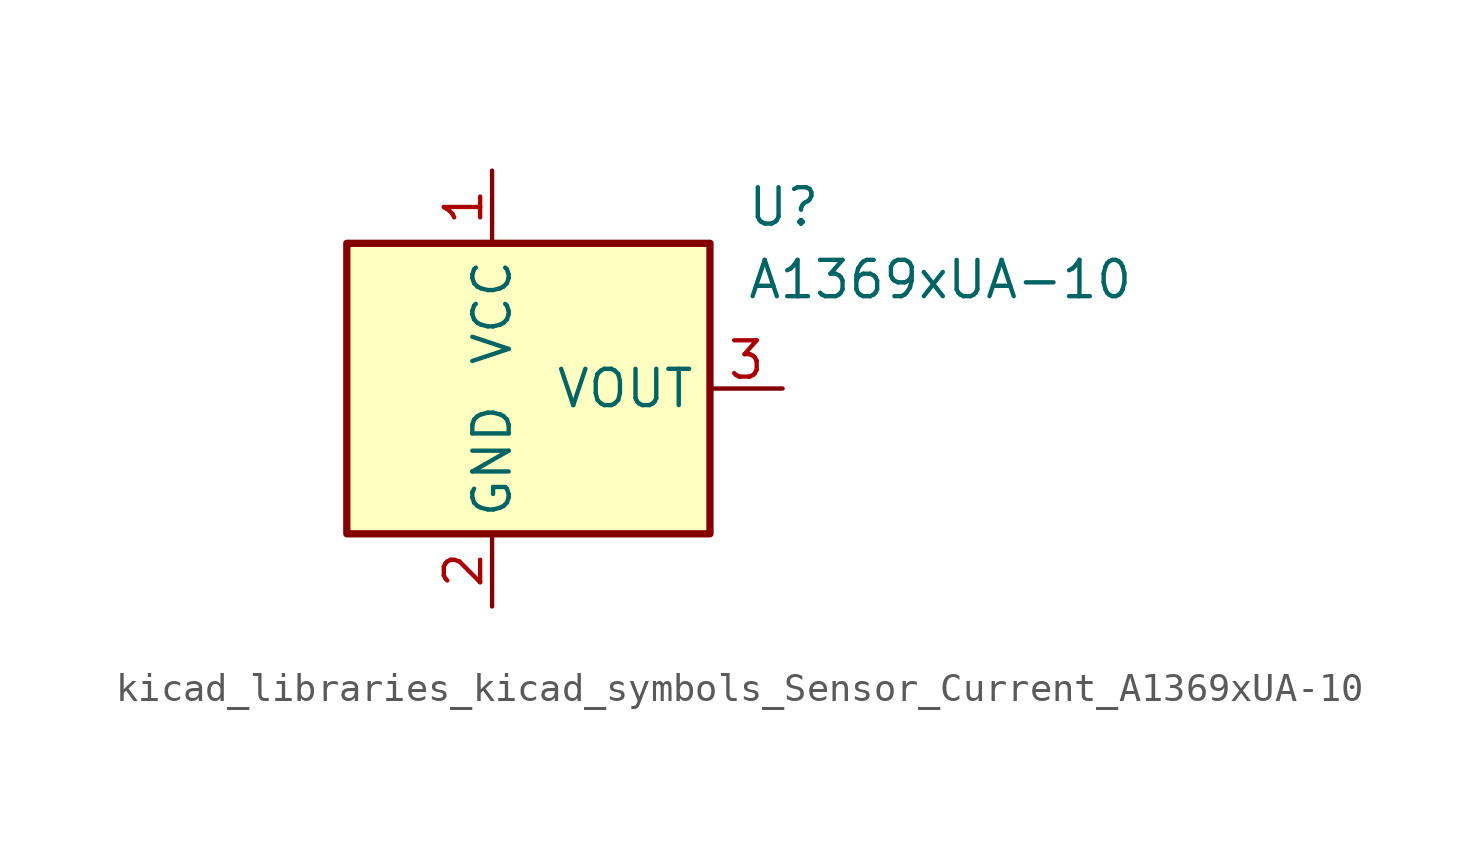
<source format=kicad_sym>
(kicad_symbol_lib
  (version 20220914)
  (generator kicad_symbol_editor)
  (symbol "kicad_libraries_kicad_symbols_Sensor_Current_A1369xUA-10"
    (property "Reference" "U"
      (at 8.89 6.35 0)
      (effects (font (size 1.27 1.27)) (justify left)))
    (property "Value" "A1369xUA-10"
      (at 8.89 3.81 0)
      (effects (font (size 1.27 1.27)) (justify left)))
    (symbol "kicad_libraries_kicad_symbols_Sensor_Current_A1369xUA-10_0_1"
      (rectangle (start -5.08 5.08) (end 7.62 -5.08) (stroke (width 0.254) (type default)) (fill (type background))))
    (symbol "kicad_libraries_kicad_symbols_Sensor_Current_A1369xUA-10_1_1"
      (pin power_in line (at 0 7.62 270) (length 2.54) (name "VCC" (effects (font (size 1.27 1.27)))) (number "1" (effects (font (size 1.27 1.27)))))
      (pin power_in line (at 0 -7.62 90) (length 2.54) (name "GND" (effects (font (size 1.27 1.27)))) (number "2" (effects (font (size 1.27 1.27)))))
      (pin output line (at 10.16 0 180) (length 2.54) (name "VOUT" (effects (font (size 1.27 1.27)))) (number "3" (effects (font (size 1.27 1.27))))))))
</source>
